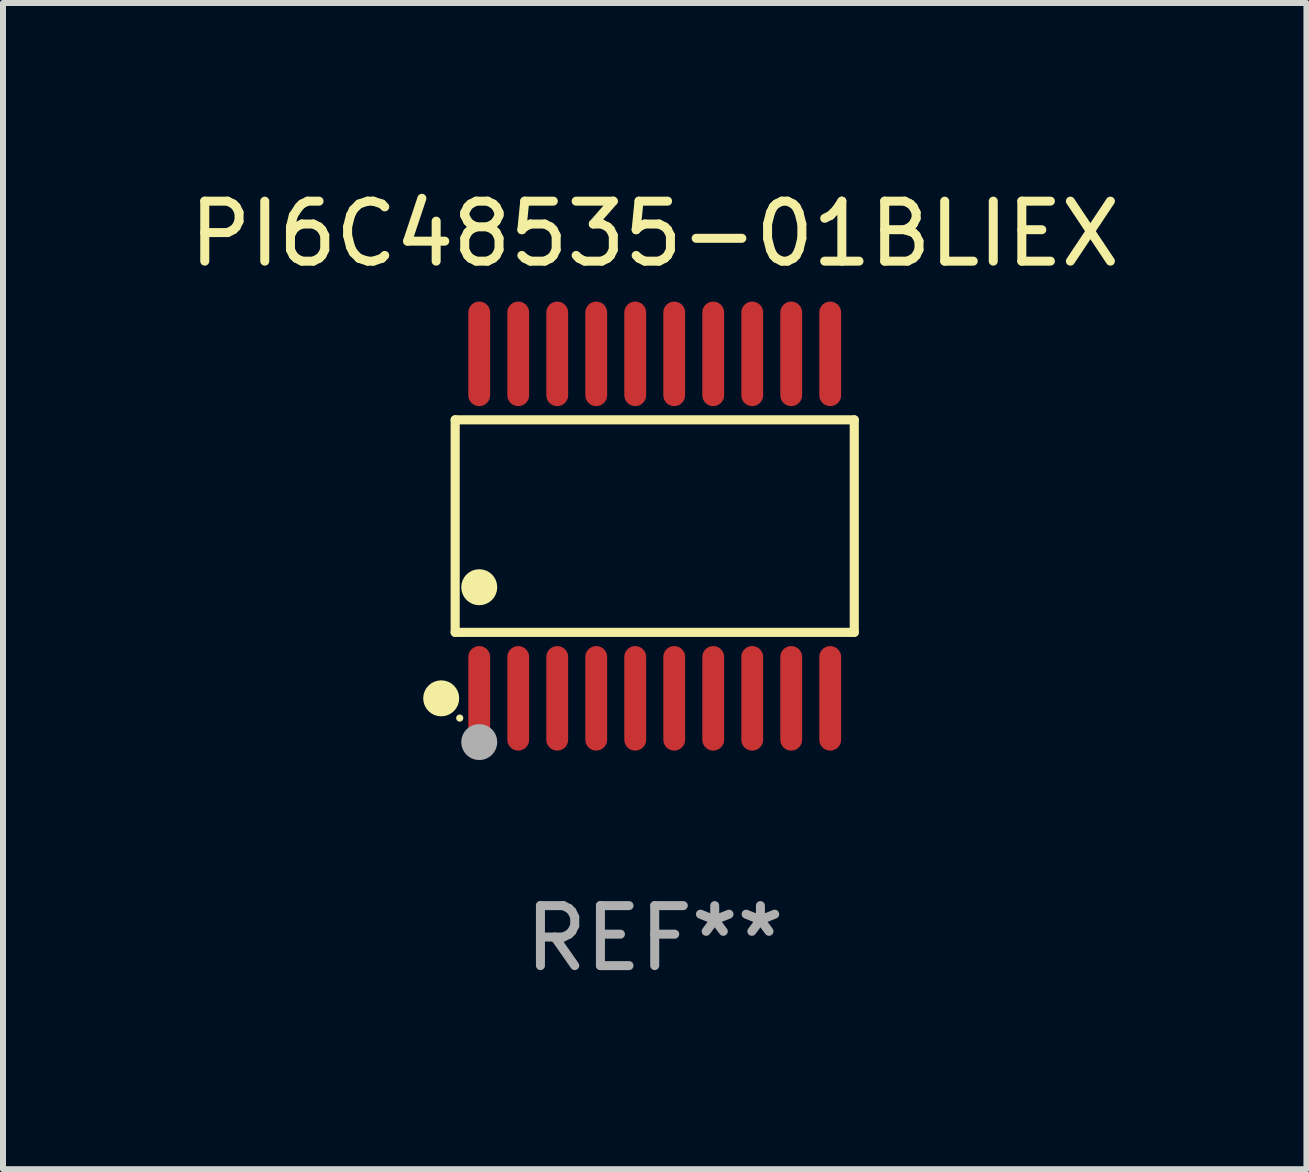
<source format=kicad_pcb>
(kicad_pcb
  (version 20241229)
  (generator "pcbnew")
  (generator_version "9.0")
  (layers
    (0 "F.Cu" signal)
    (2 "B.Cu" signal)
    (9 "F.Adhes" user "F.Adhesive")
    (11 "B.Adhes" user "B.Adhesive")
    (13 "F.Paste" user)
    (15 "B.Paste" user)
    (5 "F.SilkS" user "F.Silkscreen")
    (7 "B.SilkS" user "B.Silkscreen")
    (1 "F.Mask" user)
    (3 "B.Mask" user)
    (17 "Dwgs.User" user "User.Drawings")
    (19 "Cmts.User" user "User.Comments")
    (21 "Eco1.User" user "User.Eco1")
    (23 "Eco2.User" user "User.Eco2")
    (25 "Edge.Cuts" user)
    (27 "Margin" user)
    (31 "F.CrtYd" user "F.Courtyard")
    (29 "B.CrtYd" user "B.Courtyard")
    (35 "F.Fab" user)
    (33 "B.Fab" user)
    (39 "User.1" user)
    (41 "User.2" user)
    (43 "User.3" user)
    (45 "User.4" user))
  (footprint "PI6C48535-01BLIEX"
    (layer "F.Cu")
    (at 7.863 5.719)
    (property "Reference" "PI6C48535-01BLIEX" (at 0 -4.871 0) (layer "F.SilkS") (effects (font (size 1 1) (thickness 0.15))))
    (attr through_hole)
    (fp_line (start -3.326 -1.771) (end 3.326 -1.771) (stroke (width 0.152) (type solid)) (layer "F.SilkS"))
    (fp_line (start -3.326 1.771) (end -3.326 -1.771) (stroke (width 0.152) (type solid)) (layer "F.SilkS"))
    (fp_line (start 3.326 -1.771) (end 3.326 1.771) (stroke (width 0.152) (type solid)) (layer "F.SilkS"))
    (fp_line (start 3.326 1.771) (end -3.326 1.771) (stroke (width 0.152) (type solid)) (layer "F.SilkS"))
    (fp_circle (center -3.559 2.871) (end -3.409 2.871) (stroke (width 0.3) (type solid)) (fill no) (layer "F.SilkS"))
    (fp_circle (center -3.25 3.2) (end -3.22 3.2) (stroke (width 0.06) (type solid)) (fill no) (layer "F.SilkS"))
    (fp_circle (center -2.925 1.019) (end -2.775 1.019) (stroke (width 0.3) (type solid)) (fill no) (layer "F.SilkS"))
    (fp_circle (center -2.925 3.6) (end -2.775 3.6) (stroke (width 0.3) (type solid)) (fill no) (layer "F.Fab"))
    (fp_text user "REF**" (at 0 6.871 0) (layer "F.Fab") (effects (font (size 1 1) (thickness 0.15))))
    (pad "1" smd oval (at -2.925 2.871) (size 0.364 1.742) (layers "F.Cu" "F.Mask" "F.Paste"))
    (pad "2" smd oval (at -2.275 2.871) (size 0.364 1.742) (layers "F.Cu" "F.Mask" "F.Paste"))
    (pad "3" smd oval (at -1.625 2.871) (size 0.364 1.742) (layers "F.Cu" "F.Mask" "F.Paste"))
    (pad "4" smd oval (at -0.975 2.871) (size 0.364 1.742) (layers "F.Cu" "F.Mask" "F.Paste"))
    (pad "5" smd oval (at -0.325 2.871) (size 0.364 1.742) (layers "F.Cu" "F.Mask" "F.Paste"))
    (pad "6" smd oval (at 0.325 2.871) (size 0.364 1.742) (layers "F.Cu" "F.Mask" "F.Paste"))
    (pad "7" smd oval (at 0.975 2.871) (size 0.364 1.742) (layers "F.Cu" "F.Mask" "F.Paste"))
    (pad "8" smd oval (at 1.625 2.871) (size 0.364 1.742) (layers "F.Cu" "F.Mask" "F.Paste"))
    (pad "9" smd oval (at 2.275 2.871) (size 0.364 1.742) (layers "F.Cu" "F.Mask" "F.Paste"))
    (pad "10" smd oval (at 2.925 2.871) (size 0.364 1.742) (layers "F.Cu" "F.Mask" "F.Paste"))
    (pad "11" smd oval (at 2.925 -2.871) (size 0.364 1.742) (layers "F.Cu" "F.Mask" "F.Paste"))
    (pad "12" smd oval (at 2.275 -2.871) (size 0.364 1.742) (layers "F.Cu" "F.Mask" "F.Paste"))
    (pad "13" smd oval (at 1.625 -2.871) (size 0.364 1.742) (layers "F.Cu" "F.Mask" "F.Paste"))
    (pad "14" smd oval (at 0.975 -2.871) (size 0.364 1.742) (layers "F.Cu" "F.Mask" "F.Paste"))
    (pad "15" smd oval (at 0.325 -2.871) (size 0.364 1.742) (layers "F.Cu" "F.Mask" "F.Paste"))
    (pad "16" smd oval (at -0.325 -2.871) (size 0.364 1.742) (layers "F.Cu" "F.Mask" "F.Paste"))
    (pad "17" smd oval (at -0.975 -2.871) (size 0.364 1.742) (layers "F.Cu" "F.Mask" "F.Paste"))
    (pad "18" smd oval (at -1.625 -2.871) (size 0.364 1.742) (layers "F.Cu" "F.Mask" "F.Paste"))
    (pad "19" smd oval (at -2.275 -2.871) (size 0.364 1.742) (layers "F.Cu" "F.Mask" "F.Paste"))
    (pad "20" smd oval (at -2.925 -2.871) (size 0.364 1.742) (layers "F.Cu" "F.Mask" "F.Paste")))
  (gr_rect
    (start -3 -3)
    (end 18.726 16.438)
    (stroke (width 0.1) (type default))
    (fill no)
    (layer "Edge.Cuts")))
</source>
